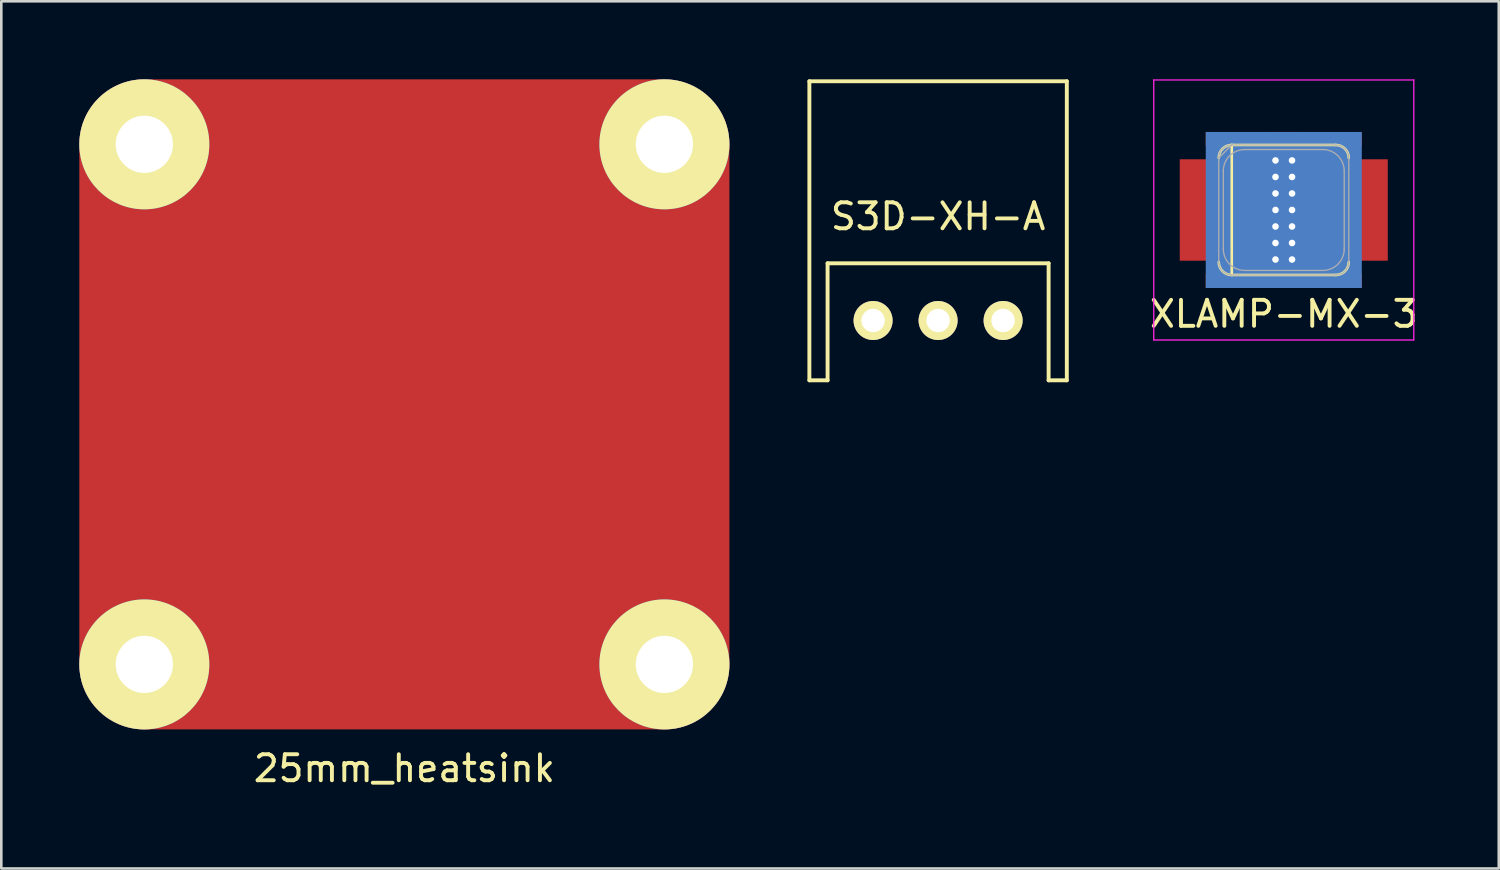
<source format=kicad_pcb>
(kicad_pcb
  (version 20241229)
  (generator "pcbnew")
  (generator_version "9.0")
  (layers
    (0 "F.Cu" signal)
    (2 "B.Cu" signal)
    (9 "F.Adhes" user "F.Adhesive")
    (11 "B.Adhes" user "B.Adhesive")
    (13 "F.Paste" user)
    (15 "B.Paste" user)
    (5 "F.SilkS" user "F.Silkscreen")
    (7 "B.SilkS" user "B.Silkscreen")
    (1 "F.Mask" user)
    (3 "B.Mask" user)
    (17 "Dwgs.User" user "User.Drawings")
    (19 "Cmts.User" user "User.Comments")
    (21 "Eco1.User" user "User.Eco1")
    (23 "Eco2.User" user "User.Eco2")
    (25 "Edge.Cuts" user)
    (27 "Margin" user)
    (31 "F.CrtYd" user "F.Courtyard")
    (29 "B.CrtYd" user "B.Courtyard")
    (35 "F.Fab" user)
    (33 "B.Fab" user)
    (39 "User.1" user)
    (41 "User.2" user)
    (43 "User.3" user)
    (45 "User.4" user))
  (footprint "S3D-XH-A"
    (layer "F.Cu")
    (at 33.025 9.275)
    (property "Reference" "S3D-XH-A" (at 0 -4 0) (layer "F.SilkS") (effects (font (size 1 1) (thickness 0.15))))
    (attr through_hole)
    (fp_line (start -4.95 -9.2) (end -4.95 2.3) (stroke (width 0.15) (type solid)) (layer "F.SilkS"))
    (fp_line (start -4.95 -9.2) (end 4.95 -9.2) (stroke (width 0.15) (type solid)) (layer "F.SilkS"))
    (fp_line (start -4.95 2.3) (end -4.25 2.3) (stroke (width 0.15) (type solid)) (layer "F.SilkS"))
    (fp_line (start -4.25 2.3) (end -4.25 -2.2) (stroke (width 0.15) (type solid)) (layer "F.SilkS"))
    (fp_line (start 4.25 -2.2) (end -4.25 -2.2) (stroke (width 0.15) (type solid)) (layer "F.SilkS"))
    (fp_line (start 4.25 2.3) (end 4.25 -2.2) (stroke (width 0.15) (type solid)) (layer "F.SilkS"))
    (fp_line (start 4.95 -9.2) (end 4.95 2.3) (stroke (width 0.15) (type solid)) (layer "F.SilkS"))
    (fp_line (start 4.95 2.3) (end 4.25 2.3) (stroke (width 0.15) (type solid)) (layer "F.SilkS"))
    (pad "1" thru_hole circle (at -2.5 0) (size 1.5 1.5) (drill 0.9) (layers "*.Cu" "*.Mask" "F.SilkS"))
    (pad "2" thru_hole circle (at 0 0) (size 1.5 1.5) (drill 0.9) (layers "*.Cu" "*.Mask" "F.SilkS"))
    (pad "3" thru_hole circle (at 2.5 0) (size 1.5 1.5) (drill 0.9) (layers "*.Cu" "*.Mask" "F.SilkS")))
  (footprint "25mm_heatsink"
    (layer "F.Cu")
    (at 12.5 12.5)
    (property "Reference" "25mm_heatsink" (at 0 14 0) (layer "F.SilkS") (effects (font (size 1 1) (thickness 0.15))))
    (attr through_hole)
    (pad "" smd roundrect (at -10 -5) (size 2 1) (layers "F.Mask" "F.Paste") (roundrect_rratio 0.5))
    (pad "" smd roundrect (at -10 0) (size 2 1) (layers "F.Mask" "F.Paste") (roundrect_rratio 0.5))
    (pad "" smd roundrect (at -10 5) (size 2 1) (layers "F.Mask" "F.Paste") (roundrect_rratio 0.5))
    (pad "" smd roundrect (at -5 -10) (size 2 1) (layers "F.Mask" "F.Paste") (roundrect_rratio 0.5))
    (pad "" smd roundrect (at -5 -5) (size 2 1) (layers "F.Mask" "F.Paste") (roundrect_rratio 0.5))
    (pad "" smd roundrect (at -5 0) (size 2 1) (layers "F.Mask" "F.Paste") (roundrect_rratio 0.5))
    (pad "" smd roundrect (at -5 5) (size 2 1) (layers "F.Mask" "F.Paste") (roundrect_rratio 0.5))
    (pad "" smd roundrect (at -5 10) (size 2 1) (layers "F.Mask" "F.Paste") (roundrect_rratio 0.5))
    (pad "" smd roundrect (at 0 -10) (size 2 1) (layers "F.Mask" "F.Paste") (roundrect_rratio 0.5))
    (pad "" smd roundrect (at 0 -5) (size 2 1) (layers "F.Mask" "F.Paste") (roundrect_rratio 0.5))
    (pad "" smd roundrect (at 0 0) (size 2 1) (layers "F.Mask" "F.Paste") (roundrect_rratio 0.5))
    (pad "" smd roundrect (at 0 5) (size 2 1) (layers "F.Mask" "F.Paste") (roundrect_rratio 0.5))
    (pad "" smd roundrect (at 0 10) (size 2 1) (layers "F.Mask" "F.Paste") (roundrect_rratio 0.5))
    (pad "" smd roundrect (at 5 -10) (size 2 1) (layers "F.Mask" "F.Paste") (roundrect_rratio 0.5))
    (pad "" smd roundrect (at 5 -5) (size 2 1) (layers "F.Mask" "F.Paste") (roundrect_rratio 0.5))
    (pad "" smd roundrect (at 5 0) (size 2 1) (layers "F.Mask" "F.Paste") (roundrect_rratio 0.5))
    (pad "" smd roundrect (at 5 5) (size 2 1) (layers "F.Mask" "F.Paste") (roundrect_rratio 0.5))
    (pad "" smd roundrect (at 5 10) (size 2 1) (layers "F.Mask" "F.Paste") (roundrect_rratio 0.5))
    (pad "" smd roundrect (at 10 -5) (size 2 1) (layers "F.Mask" "F.Paste") (roundrect_rratio 0.5))
    (pad "" smd roundrect (at 10 0) (size 2 1) (layers "F.Mask" "F.Paste") (roundrect_rratio 0.5))
    (pad "" smd roundrect (at 10 5) (size 2 1) (layers "F.Mask" "F.Paste") (roundrect_rratio 0.5))
    (pad "1" thru_hole circle (at -10 -10) (size 5 5) (drill 2.2) (layers "*.Cu" "*.Mask" "F.SilkS"))
    (pad "1" thru_hole circle (at -10 10) (size 5 5) (drill 2.2) (layers "*.Cu" "*.Mask" "F.SilkS"))
    (pad "1" smd roundrect (at 0 0) (size 25 25) (layers "F.Cu") (roundrect_rratio 0.1))
    (pad "1" thru_hole circle (at 10 -10) (size 5 5) (drill 2.2) (layers "*.Cu" "*.Mask" "F.SilkS"))
    (pad "1" thru_hole circle (at 10 10) (size 5 5) (drill 2.2) (layers "*.Cu" "*.Mask" "F.SilkS")))
  (footprint "XLAMP-MX-3"
    (layer "F.Cu")
    (at 46.318 5.025)
    (property "Reference" "XLAMP-MX-3" (at 0 4 0) (layer "F.SilkS") (effects (font (size 1 1) (thickness 0.15))))
    (attr through_hole)
    (fp_line (start -2 -2.5) (end -2 2.5) (stroke (width 0.1) (type solid)) (layer "F.SilkS"))
    (fp_line (start -2 -2.5) (end 2 -2.5) (stroke (width 0.1) (type solid)) (layer "F.SilkS"))
    (fp_line (start 2 2.5) (end -2 2.5) (stroke (width 0.1) (type solid)) (layer "F.SilkS"))
    (fp_arc (start -2.5 -2) (mid -2.353553 -2.353553) (end -2 -2.5) (stroke (width 0.1) (type solid)) (layer "F.SilkS"))
    (fp_arc (start -2 2.5) (mid -2.353553 2.353553) (end -2.5 2) (stroke (width 0.1) (type solid)) (layer "F.SilkS"))
    (fp_arc (start 2 -2.5) (mid 2.353553 -2.353553) (end 2.5 -2) (stroke (width 0.1) (type solid)) (layer "F.SilkS"))
    (fp_arc (start 2.5 2) (mid 2.353553 2.353553) (end 2 2.5) (stroke (width 0.1) (type solid)) (layer "F.SilkS"))
    (fp_line (start -5 -5) (end 5 -5) (stroke (width 0.05) (type solid)) (layer "F.CrtYd"))
    (fp_line (start -5 5) (end -5 -5) (stroke (width 0.05) (type solid)) (layer "F.CrtYd"))
    (fp_line (start 5 -5) (end 5 5) (stroke (width 0.05) (type solid)) (layer "F.CrtYd"))
    (fp_line (start 5 5) (end -5 5) (stroke (width 0.05) (type solid)) (layer "F.CrtYd"))
    (fp_line (start -2.5 2) (end -2.5 -2) (stroke (width 0.05) (type solid)) (layer "F.Fab"))
    (fp_line (start -2.325 -1.5) (end -2.325 1.5) (stroke (width 0.05) (type solid)) (layer "F.Fab"))
    (fp_line (start -2 -2.5) (end -2.5 -2) (stroke (width 0.05) (type solid)) (layer "F.Fab"))
    (fp_line (start -2 -2.5) (end 2 -2.5) (stroke (width 0.05) (type solid)) (layer "F.Fab"))
    (fp_line (start -1.5 2.325) (end 1.5 2.325) (stroke (width 0.05) (type solid)) (layer "F.Fab"))
    (fp_line (start 1.5 -2.325) (end -1.5 -2.325) (stroke (width 0.05) (type solid)) (layer "F.Fab"))
    (fp_line (start 2 2.5) (end -2 2.5) (stroke (width 0.05) (type solid)) (layer "F.Fab"))
    (fp_line (start 2.325 1.5) (end 2.325 -1.5) (stroke (width 0.05) (type solid)) (layer "F.Fab"))
    (fp_line (start 2.5 -2) (end 2.5 2) (stroke (width 0.05) (type solid)) (layer "F.Fab"))
    (fp_arc (start -2.5 -2) (mid -2.353553 -2.353553) (end -2 -2.5) (stroke (width 0.05) (type solid)) (layer "F.Fab"))
    (fp_arc (start -2.325 -1.5) (mid -2.083363 -2.083363) (end -1.5 -2.325) (stroke (width 0.05) (type solid)) (layer "F.Fab"))
    (fp_arc (start -2 2.5) (mid -2.353553 2.353553) (end -2.5 2) (stroke (width 0.05) (type solid)) (layer "F.Fab"))
    (fp_arc (start -1.5 2.325) (mid -2.083363 2.083363) (end -2.325 1.5) (stroke (width 0.05) (type solid)) (layer "F.Fab"))
    (fp_arc (start 1.5 -2.325) (mid 2.083363 -2.083363) (end 2.325 -1.5) (stroke (width 0.05) (type solid)) (layer "F.Fab"))
    (fp_arc (start 2 -2.5) (mid 2.353553 -2.353553) (end 2.5 -2) (stroke (width 0.05) (type solid)) (layer "F.Fab"))
    (fp_arc (start 2.325 1.5) (mid 2.083363 2.083363) (end 1.5 2.325) (stroke (width 0.05) (type solid)) (layer "F.Fab"))
    (fp_arc (start 2.5 2) (mid 2.353553 2.353553) (end 2 2.5) (stroke (width 0.05) (type solid)) (layer "F.Fab"))
    (pad "" smd rect (at 0 0) (size 1.1 3.9) (layers "F.Mask" "F.Paste"))
    (pad "1" smd rect (at -3.125 0) (size 1.75 3.9) (layers "F.Cu" "F.Mask" "F.Paste"))
    (pad "2" smd rect (at 3.125 0) (size 1.75 3.9) (layers "F.Cu" "F.Mask" "F.Paste"))
    (pad "3" thru_hole circle (at -0.318 -1.905) (size 0.254 0.254) (drill 0.254) (layers "*.Cu"))
    (pad "3" thru_hole circle (at -0.318 -1.27) (size 0.254 0.254) (drill 0.254) (layers "*.Cu"))
    (pad "3" thru_hole circle (at -0.318 -0.635) (size 0.254 0.254) (drill 0.254) (layers "*.Cu"))
    (pad "3" thru_hole circle (at -0.318 0) (size 0.254 0.254) (drill 0.254) (layers "*.Cu"))
    (pad "3" thru_hole circle (at -0.318 0.635) (size 0.254 0.254) (drill 0.254) (layers "*.Cu"))
    (pad "3" thru_hole circle (at -0.318 1.27) (size 0.254 0.254) (drill 0.254) (layers "*.Cu"))
    (pad "3" thru_hole circle (at -0.318 1.905) (size 0.254 0.254) (drill 0.254) (layers "*.Cu"))
    (pad "3" smd rect (at 0 -2.725) (size 6 0.55) (layers "F.Cu"))
    (pad "3" smd rect (at 0 0) (size 1.1 6) (layers "F.Cu"))
    (pad "3" smd rect (at 0 0) (size 6 6) (layers "B.Cu"))
    (pad "3" smd rect (at 0 2.725) (size 6 0.55) (layers "F.Cu"))
    (pad "3" thru_hole circle (at 0.318 -1.905) (size 0.254 0.254) (drill 0.254) (layers "*.Cu"))
    (pad "3" thru_hole circle (at 0.318 -1.27) (size 0.254 0.254) (drill 0.254) (layers "*.Cu"))
    (pad "3" thru_hole circle (at 0.318 -0.635) (size 0.254 0.254) (drill 0.254) (layers "*.Cu"))
    (pad "3" thru_hole circle (at 0.318 0) (size 0.254 0.254) (drill 0.254) (layers "*.Cu"))
    (pad "3" thru_hole circle (at 0.318 0.635) (size 0.254 0.254) (drill 0.254) (layers "*.Cu"))
    (pad "3" thru_hole circle (at 0.318 1.27) (size 0.254 0.254) (drill 0.254) (layers "*.Cu"))
    (pad "3" thru_hole circle (at 0.318 1.905) (size 0.254 0.254) (drill 0.254) (layers "*.Cu")))
  (gr_rect
    (start -3 -3)
    (end 54.586 30.348)
    (stroke (width 0.1) (type default))
    (fill no)
    (layer "Edge.Cuts")))
</source>
